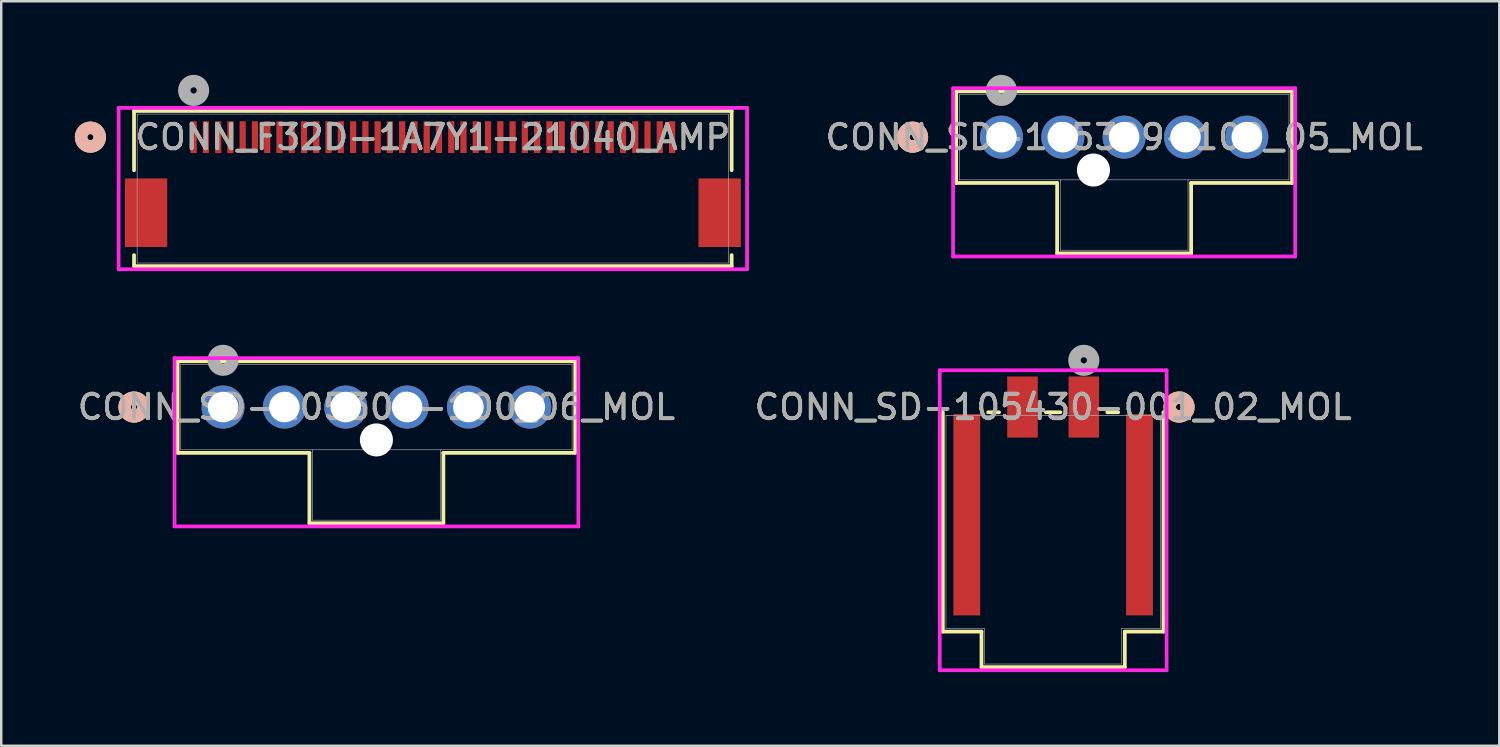
<source format=kicad_pcb>
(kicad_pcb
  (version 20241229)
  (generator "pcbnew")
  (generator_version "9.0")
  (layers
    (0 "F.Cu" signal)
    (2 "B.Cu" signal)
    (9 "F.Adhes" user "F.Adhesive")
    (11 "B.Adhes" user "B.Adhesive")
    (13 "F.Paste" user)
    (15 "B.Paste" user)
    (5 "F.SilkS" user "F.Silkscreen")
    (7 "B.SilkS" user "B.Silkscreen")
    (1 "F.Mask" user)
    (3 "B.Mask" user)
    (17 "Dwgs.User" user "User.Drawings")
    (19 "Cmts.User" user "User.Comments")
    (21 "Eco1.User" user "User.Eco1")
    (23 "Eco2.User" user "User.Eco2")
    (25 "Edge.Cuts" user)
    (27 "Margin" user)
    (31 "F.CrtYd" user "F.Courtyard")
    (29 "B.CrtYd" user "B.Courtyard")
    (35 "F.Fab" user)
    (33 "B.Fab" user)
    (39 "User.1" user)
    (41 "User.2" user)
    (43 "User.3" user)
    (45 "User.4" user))
  (footprint "CONN_F32D-1A7Y1-21040_AMP"
    (layer "F.Cu")
    (at 14.592 4.635)
    (property "Reference" "CONN_F32D-1A7Y1-21040_AMP" (at 0 -2.095 0) (unlocked yes) (layer "F.SilkS") (effects (font (size 1 1) (thickness 0.15))))
    (attr smd)
    (fp_line (start -12.179 -3.162) (end -12.179 -0.745) (stroke (width 0.152) (type solid)) (layer "F.SilkS"))
    (fp_line (start -12.179 2.714) (end -12.179 3.162) (stroke (width 0.152) (type solid)) (layer "F.SilkS"))
    (fp_line (start -12.179 3.162) (end 12.179 3.162) (stroke (width 0.152) (type solid)) (layer "F.SilkS"))
    (fp_line (start 12.179 -3.162) (end -12.179 -3.162) (stroke (width 0.152) (type solid)) (layer "F.SilkS"))
    (fp_line (start 12.179 -0.745) (end 12.179 -3.162) (stroke (width 0.152) (type solid)) (layer "F.SilkS"))
    (fp_line (start 12.179 3.162) (end 12.179 2.714) (stroke (width 0.152) (type solid)) (layer "F.SilkS"))
    (fp_circle (center -13.957 -2.095) (end -13.576 -2.095) (stroke (width 0.508) (type solid)) (fill no) (layer "F.SilkS"))
    (fp_circle (center -13.957 -2.095) (end -13.576 -2.095) (stroke (width 0.508) (type solid)) (fill no) (layer "B.SilkS"))
    (fp_line (start -12.808 -3.289) (end -12.808 3.289) (stroke (width 0.152) (type solid)) (layer "F.CrtYd"))
    (fp_line (start -12.808 3.289) (end 12.808 3.289) (stroke (width 0.152) (type solid)) (layer "F.CrtYd"))
    (fp_line (start 12.808 -3.289) (end -12.808 -3.289) (stroke (width 0.152) (type solid)) (layer "F.CrtYd"))
    (fp_line (start 12.808 3.289) (end 12.808 -3.289) (stroke (width 0.152) (type solid)) (layer "F.CrtYd"))
    (fp_line (start -12.052 -3.035) (end -12.052 3.035) (stroke (width 0.025) (type solid)) (layer "F.Fab"))
    (fp_line (start -12.052 3.035) (end 12.052 3.035) (stroke (width 0.025) (type solid)) (layer "F.Fab"))
    (fp_line (start 12.052 -3.035) (end -12.052 -3.035) (stroke (width 0.025) (type solid)) (layer "F.Fab"))
    (fp_line (start 12.052 3.035) (end 12.052 -3.035) (stroke (width 0.025) (type solid)) (layer "F.Fab"))
    (fp_circle (center -9.75 -4) (end -9.369 -4) (stroke (width 0.508) (type solid)) (fill no) (layer "F.Fab"))
    (fp_text user "${REFERENCE}" (at 0 -2.095 0) (unlocked yes) (layer "F.Fab") (effects (font (size 1 1) (thickness 0.15))))
    (pad "1" smd rect (at -9.75 -2.095) (size 0.254 1.295) (layers "F.Cu" "F.Mask" "F.Paste"))
    (pad "2" smd rect (at -9.25 -2.095) (size 0.254 1.295) (layers "F.Cu" "F.Mask" "F.Paste"))
    (pad "3" smd rect (at -8.75 -2.095) (size 0.254 1.295) (layers "F.Cu" "F.Mask" "F.Paste"))
    (pad "4" smd rect (at -8.25 -2.095) (size 0.254 1.295) (layers "F.Cu" "F.Mask" "F.Paste"))
    (pad "5" smd rect (at -7.75 -2.095) (size 0.254 1.295) (layers "F.Cu" "F.Mask" "F.Paste"))
    (pad "6" smd rect (at -7.25 -2.095) (size 0.254 1.295) (layers "F.Cu" "F.Mask" "F.Paste"))
    (pad "7" smd rect (at -6.75 -2.095) (size 0.254 1.295) (layers "F.Cu" "F.Mask" "F.Paste"))
    (pad "8" smd rect (at -6.25 -2.095) (size 0.254 1.295) (layers "F.Cu" "F.Mask" "F.Paste"))
    (pad "9" smd rect (at -5.75 -2.095) (size 0.254 1.295) (layers "F.Cu" "F.Mask" "F.Paste"))
    (pad "10" smd rect (at -5.25 -2.095) (size 0.254 1.295) (layers "F.Cu" "F.Mask" "F.Paste"))
    (pad "11" smd rect (at -4.75 -2.095) (size 0.254 1.295) (layers "F.Cu" "F.Mask" "F.Paste"))
    (pad "12" smd rect (at -4.25 -2.095) (size 0.254 1.295) (layers "F.Cu" "F.Mask" "F.Paste"))
    (pad "13" smd rect (at -3.75 -2.095) (size 0.254 1.295) (layers "F.Cu" "F.Mask" "F.Paste"))
    (pad "14" smd rect (at -3.25 -2.095) (size 0.254 1.295) (layers "F.Cu" "F.Mask" "F.Paste"))
    (pad "15" smd rect (at -2.75 -2.095) (size 0.254 1.295) (layers "F.Cu" "F.Mask" "F.Paste"))
    (pad "16" smd rect (at -2.25 -2.095) (size 0.254 1.295) (layers "F.Cu" "F.Mask" "F.Paste"))
    (pad "17" smd rect (at -1.75 -2.095) (size 0.254 1.295) (layers "F.Cu" "F.Mask" "F.Paste"))
    (pad "18" smd rect (at -1.25 -2.095) (size 0.254 1.295) (layers "F.Cu" "F.Mask" "F.Paste"))
    (pad "19" smd rect (at -0.75 -2.095) (size 0.254 1.295) (layers "F.Cu" "F.Mask" "F.Paste"))
    (pad "20" smd rect (at -0.25 -2.095) (size 0.254 1.295) (layers "F.Cu" "F.Mask" "F.Paste"))
    (pad "21" smd rect (at 0.25 -2.095) (size 0.254 1.295) (layers "F.Cu" "F.Mask" "F.Paste"))
    (pad "22" smd rect (at 0.75 -2.095) (size 0.254 1.295) (layers "F.Cu" "F.Mask" "F.Paste"))
    (pad "23" smd rect (at 1.25 -2.095) (size 0.254 1.295) (layers "F.Cu" "F.Mask" "F.Paste"))
    (pad "24" smd rect (at 1.75 -2.095) (size 0.254 1.295) (layers "F.Cu" "F.Mask" "F.Paste"))
    (pad "25" smd rect (at 2.25 -2.095) (size 0.254 1.295) (layers "F.Cu" "F.Mask" "F.Paste"))
    (pad "26" smd rect (at 2.75 -2.095) (size 0.254 1.295) (layers "F.Cu" "F.Mask" "F.Paste"))
    (pad "27" smd rect (at 3.25 -2.095) (size 0.254 1.295) (layers "F.Cu" "F.Mask" "F.Paste"))
    (pad "28" smd rect (at 3.75 -2.095) (size 0.254 1.295) (layers "F.Cu" "F.Mask" "F.Paste"))
    (pad "29" smd rect (at 4.25 -2.095) (size 0.254 1.295) (layers "F.Cu" "F.Mask" "F.Paste"))
    (pad "30" smd rect (at 4.75 -2.095) (size 0.254 1.295) (layers "F.Cu" "F.Mask" "F.Paste"))
    (pad "31" smd rect (at 5.25 -2.095) (size 0.254 1.295) (layers "F.Cu" "F.Mask" "F.Paste"))
    (pad "32" smd rect (at 5.75 -2.095) (size 0.254 1.295) (layers "F.Cu" "F.Mask" "F.Paste"))
    (pad "33" smd rect (at 6.25 -2.095) (size 0.254 1.295) (layers "F.Cu" "F.Mask" "F.Paste"))
    (pad "34" smd rect (at 6.75 -2.095) (size 0.254 1.295) (layers "F.Cu" "F.Mask" "F.Paste"))
    (pad "35" smd rect (at 7.25 -2.095) (size 0.254 1.295) (layers "F.Cu" "F.Mask" "F.Paste"))
    (pad "36" smd rect (at 7.75 -2.095) (size 0.254 1.295) (layers "F.Cu" "F.Mask" "F.Paste"))
    (pad "37" smd rect (at 8.25 -2.095) (size 0.254 1.295) (layers "F.Cu" "F.Mask" "F.Paste"))
    (pad "38" smd rect (at 8.75 -2.095) (size 0.254 1.295) (layers "F.Cu" "F.Mask" "F.Paste"))
    (pad "39" smd rect (at 9.25 -2.095) (size 0.254 1.295) (layers "F.Cu" "F.Mask" "F.Paste"))
    (pad "40" smd rect (at 9.75 -2.095) (size 0.254 1.295) (layers "F.Cu" "F.Mask" "F.Paste"))
    (pad "41" smd rect (at -11.69 0.985) (size 1.727 2.794) (layers "F.Cu" "F.Mask" "F.Paste"))
    (pad "42" smd rect (at 11.69 0.985) (size 1.727 2.794) (layers "F.Cu" "F.Mask" "F.Paste")))
  (footprint "CONN_SD-105430-001_02_MOL"
    (layer "F.Cu")
    (at 39.875 18.224)
    (property "Reference" "CONN_SD-105430-001_02_MOL" (at 0 -4.683 0) (unlocked yes) (layer "F.SilkS") (effects (font (size 1 1) (thickness 0.15))))
    (attr smd)
    (fp_line (start -4.496 -4.47) (end -4.496 4.47) (stroke (width 0.152) (type solid)) (layer "F.SilkS"))
    (fp_line (start -4.496 4.47) (end -2.921 4.47) (stroke (width 0.152) (type solid)) (layer "F.SilkS"))
    (fp_line (start -2.921 4.47) (end -2.921 5.918) (stroke (width 0.152) (type solid)) (layer "F.SilkS"))
    (fp_line (start -2.921 5.918) (end 2.921 5.918) (stroke (width 0.152) (type solid)) (layer "F.SilkS"))
    (fp_line (start -2.205 -4.47) (end -2.65 -4.47) (stroke (width 0.152) (type solid)) (layer "F.SilkS"))
    (fp_line (start 0.295 -4.47) (end -0.295 -4.47) (stroke (width 0.152) (type solid)) (layer "F.SilkS"))
    (fp_line (start 2.65 -4.47) (end 2.205 -4.47) (stroke (width 0.152) (type solid)) (layer "F.SilkS"))
    (fp_line (start 2.921 4.47) (end 4.496 4.47) (stroke (width 0.152) (type solid)) (layer "F.SilkS"))
    (fp_line (start 2.921 5.918) (end 2.921 4.47) (stroke (width 0.152) (type solid)) (layer "F.SilkS"))
    (fp_line (start 4.496 4.47) (end 4.496 -4.47) (stroke (width 0.152) (type solid)) (layer "F.SilkS"))
    (fp_circle (center 5.131 -4.683) (end 5.512 -4.683) (stroke (width 0.508) (type solid)) (fill no) (layer "F.SilkS"))
    (fp_circle (center 5.131 -4.683) (end 5.512 -4.683) (stroke (width 0.508) (type solid)) (fill no) (layer "B.SilkS"))
    (fp_line (start -4.623 -6.182) (end -4.623 6.045) (stroke (width 0.152) (type solid)) (layer "F.CrtYd"))
    (fp_line (start -4.623 6.045) (end 4.623 6.045) (stroke (width 0.152) (type solid)) (layer "F.CrtYd"))
    (fp_line (start 4.623 -6.182) (end -4.623 -6.182) (stroke (width 0.152) (type solid)) (layer "F.CrtYd"))
    (fp_line (start 4.623 6.045) (end 4.623 -6.182) (stroke (width 0.152) (type solid)) (layer "F.CrtYd"))
    (fp_line (start -4.369 -4.343) (end -4.369 4.343) (stroke (width 0.025) (type solid)) (layer "F.Fab"))
    (fp_line (start -4.369 4.343) (end -2.794 4.343) (stroke (width 0.025) (type solid)) (layer "F.Fab"))
    (fp_line (start -2.794 4.343) (end -2.794 5.791) (stroke (width 0.025) (type solid)) (layer "F.Fab"))
    (fp_line (start -2.794 5.791) (end 2.794 5.791) (stroke (width 0.025) (type solid)) (layer "F.Fab"))
    (fp_line (start 2.794 4.343) (end 4.369 4.343) (stroke (width 0.025) (type solid)) (layer "F.Fab"))
    (fp_line (start 2.794 5.791) (end 2.794 4.343) (stroke (width 0.025) (type solid)) (layer "F.Fab"))
    (fp_line (start 4.369 -4.343) (end -4.369 -4.343) (stroke (width 0.025) (type solid)) (layer "F.Fab"))
    (fp_line (start 4.369 4.343) (end 4.369 -4.343) (stroke (width 0.025) (type solid)) (layer "F.Fab"))
    (fp_circle (center 1.25 -6.588) (end 1.631 -6.588) (stroke (width 0.508) (type solid)) (fill no) (layer "F.Fab"))
    (fp_text user "${REFERENCE}" (at 0 -4.683 0) (unlocked yes) (layer "F.Fab") (effects (font (size 1 1) (thickness 0.15))))
    (pad "1" smd rect (at 1.25 -4.683) (size 1.245 2.489) (layers "F.Cu" "F.Mask" "F.Paste"))
    (pad "2" smd rect (at -1.25 -4.683) (size 1.245 2.489) (layers "F.Cu" "F.Mask" "F.Paste"))
    (pad "3" smd rect (at -3.52 -0.293) (size 1.092 8.204) (layers "F.Cu" "F.Mask" "F.Paste"))
    (pad "4" smd rect (at 3.52 -0.293) (size 1.092 8.204) (layers "F.Cu" "F.Mask" "F.Paste")))
  (footprint "CONN_SD-105309-100_06_MOL"
    (layer "F.Cu")
    (at 6.042 13.541)
    (property "Reference" "CONN_SD-105309-100_06_MOL" (at 6.25 0 0) (unlocked yes) (layer "F.SilkS") (effects (font (size 1 1) (thickness 0.15))))
    (attr through_hole)
    (fp_line (start -1.853 -1.867) (end -1.853 1.867) (stroke (width 0.152) (type solid)) (layer "F.SilkS"))
    (fp_line (start -1.853 1.867) (end 3.519 1.867) (stroke (width 0.152) (type solid)) (layer "F.SilkS"))
    (fp_line (start 3.519 1.867) (end 3.519 4.737) (stroke (width 0.152) (type solid)) (layer "F.SilkS"))
    (fp_line (start 3.519 4.737) (end 8.98 4.737) (stroke (width 0.152) (type solid)) (layer "F.SilkS"))
    (fp_line (start 8.98 1.867) (end 14.353 1.867) (stroke (width 0.152) (type solid)) (layer "F.SilkS"))
    (fp_line (start 8.98 4.737) (end 8.98 1.867) (stroke (width 0.152) (type solid)) (layer "F.SilkS"))
    (fp_line (start 14.353 -1.867) (end -1.853 -1.867) (stroke (width 0.152) (type solid)) (layer "F.SilkS"))
    (fp_line (start 14.353 1.867) (end 14.353 -1.867) (stroke (width 0.152) (type solid)) (layer "F.SilkS"))
    (fp_circle (center -3.631 0) (end -3.25 0) (stroke (width 0.508) (type solid)) (fill no) (layer "F.SilkS"))
    (fp_circle (center -3.631 0) (end -3.25 0) (stroke (width 0.508) (type solid)) (fill no) (layer "B.SilkS"))
    (fp_line (start -1.98 -1.994) (end -1.98 4.864) (stroke (width 0.152) (type solid)) (layer "F.CrtYd"))
    (fp_line (start -1.98 4.864) (end 14.48 4.864) (stroke (width 0.152) (type solid)) (layer "F.CrtYd"))
    (fp_line (start 14.48 -1.994) (end -1.98 -1.994) (stroke (width 0.152) (type solid)) (layer "F.CrtYd"))
    (fp_line (start 14.48 4.864) (end 14.48 -1.994) (stroke (width 0.152) (type solid)) (layer "F.CrtYd"))
    (fp_line (start -1.726 -1.74) (end -1.726 1.74) (stroke (width 0.025) (type solid)) (layer "F.Fab"))
    (fp_line (start -1.726 1.74) (end 14.226 1.74) (stroke (width 0.025) (type solid)) (layer "F.Fab"))
    (fp_line (start 3.647 1.74) (end 3.647 4.61) (stroke (width 0.025) (type solid)) (layer "F.Fab"))
    (fp_line (start 3.647 4.61) (end 8.854 4.61) (stroke (width 0.025) (type solid)) (layer "F.Fab"))
    (fp_line (start 8.854 4.61) (end 8.854 1.74) (stroke (width 0.025) (type solid)) (layer "F.Fab"))
    (fp_line (start 14.226 -1.74) (end -1.726 -1.74) (stroke (width 0.025) (type solid)) (layer "F.Fab"))
    (fp_line (start 14.226 1.74) (end 14.226 -1.74) (stroke (width 0.025) (type solid)) (layer "F.Fab"))
    (fp_circle (center 0 -1.905) (end 0.381 -1.905) (stroke (width 0.508) (type solid)) (fill no) (layer "F.Fab"))
    (fp_text user "${REFERENCE}" (at 6.25 0 0) (unlocked yes) (layer "F.Fab") (effects (font (size 1 1) (thickness 0.15))))
    (pad "" np_thru_hole circle (at 6.25 1.34) (size 1.346 1.346) (drill 1.346) (layers "*.Cu" "*.Mask"))
    (pad "1" thru_hole circle (at 0 0) (size 1.753 1.753) (drill 1.245) (layers "*.Cu" "*.Mask"))
    (pad "2" thru_hole circle (at 2.5 0) (size 1.753 1.753) (drill 1.245) (layers "*.Cu" "*.Mask"))
    (pad "3" thru_hole circle (at 5 0) (size 1.753 1.753) (drill 1.245) (layers "*.Cu" "*.Mask"))
    (pad "4" thru_hole circle (at 7.5 0) (size 1.753 1.753) (drill 1.245) (layers "*.Cu" "*.Mask"))
    (pad "5" thru_hole circle (at 10 0) (size 1.753 1.753) (drill 1.245) (layers "*.Cu" "*.Mask"))
    (pad "6" thru_hole circle (at 12.5 0) (size 1.753 1.753) (drill 1.245) (layers "*.Cu" "*.Mask")))
  (footprint "CONN_SD-105309-100_05_MOL"
    (layer "F.Cu")
    (at 37.768 2.54)
    (property "Reference" "CONN_SD-105309-100_05_MOL" (at 5 0 0) (unlocked yes) (layer "F.SilkS") (effects (font (size 1 1) (thickness 0.15))))
    (attr through_hole)
    (fp_line (start -1.845 -1.867) (end -1.845 1.867) (stroke (width 0.152) (type solid)) (layer "F.SilkS"))
    (fp_line (start -1.845 1.867) (end 2.269 1.867) (stroke (width 0.152) (type solid)) (layer "F.SilkS"))
    (fp_line (start 2.269 1.867) (end 2.269 4.737) (stroke (width 0.152) (type solid)) (layer "F.SilkS"))
    (fp_line (start 2.269 4.737) (end 7.731 4.737) (stroke (width 0.152) (type solid)) (layer "F.SilkS"))
    (fp_line (start 7.731 1.867) (end 11.845 1.867) (stroke (width 0.152) (type solid)) (layer "F.SilkS"))
    (fp_line (start 7.731 4.737) (end 7.731 1.867) (stroke (width 0.152) (type solid)) (layer "F.SilkS"))
    (fp_line (start 11.845 -1.867) (end -1.845 -1.867) (stroke (width 0.152) (type solid)) (layer "F.SilkS"))
    (fp_line (start 11.845 1.867) (end 11.845 -1.867) (stroke (width 0.152) (type solid)) (layer "F.SilkS"))
    (fp_circle (center -3.623 0) (end -3.242 0) (stroke (width 0.508) (type solid)) (fill no) (layer "F.SilkS"))
    (fp_circle (center -3.623 0) (end -3.242 0) (stroke (width 0.508) (type solid)) (fill no) (layer "B.SilkS"))
    (fp_line (start -1.972 -1.994) (end -1.972 4.864) (stroke (width 0.152) (type solid)) (layer "F.CrtYd"))
    (fp_line (start -1.972 4.864) (end 11.972 4.864) (stroke (width 0.152) (type solid)) (layer "F.CrtYd"))
    (fp_line (start 11.972 -1.994) (end -1.972 -1.994) (stroke (width 0.152) (type solid)) (layer "F.CrtYd"))
    (fp_line (start 11.972 4.864) (end 11.972 -1.994) (stroke (width 0.152) (type solid)) (layer "F.CrtYd"))
    (fp_line (start -1.718 -1.74) (end -1.718 1.74) (stroke (width 0.025) (type solid)) (layer "F.Fab"))
    (fp_line (start -1.718 1.74) (end 11.718 1.74) (stroke (width 0.025) (type solid)) (layer "F.Fab"))
    (fp_line (start 2.397 1.74) (end 2.397 4.61) (stroke (width 0.025) (type solid)) (layer "F.Fab"))
    (fp_line (start 2.397 4.61) (end 7.604 4.61) (stroke (width 0.025) (type solid)) (layer "F.Fab"))
    (fp_line (start 7.604 4.61) (end 7.604 1.74) (stroke (width 0.025) (type solid)) (layer "F.Fab"))
    (fp_line (start 11.718 -1.74) (end -1.718 -1.74) (stroke (width 0.025) (type solid)) (layer "F.Fab"))
    (fp_line (start 11.718 1.74) (end 11.718 -1.74) (stroke (width 0.025) (type solid)) (layer "F.Fab"))
    (fp_circle (center 0 -1.905) (end 0.381 -1.905) (stroke (width 0.508) (type solid)) (fill no) (layer "F.Fab"))
    (fp_text user "${REFERENCE}" (at 5 0 0) (unlocked yes) (layer "F.Fab") (effects (font (size 1 1) (thickness 0.15))))
    (pad "" np_thru_hole circle (at 3.75 1.34) (size 1.346 1.346) (drill 1.346) (layers "*.Cu" "*.Mask"))
    (pad "1" thru_hole circle (at 0 0) (size 1.753 1.753) (drill 1.245) (layers "*.Cu" "*.Mask"))
    (pad "2" thru_hole circle (at 2.5 0) (size 1.753 1.753) (drill 1.245) (layers "*.Cu" "*.Mask"))
    (pad "3" thru_hole circle (at 5 0) (size 1.753 1.753) (drill 1.245) (layers "*.Cu" "*.Mask"))
    (pad "4" thru_hole circle (at 7.5 0) (size 1.753 1.753) (drill 1.245) (layers "*.Cu" "*.Mask"))
    (pad "5" thru_hole circle (at 10 0) (size 1.753 1.753) (drill 1.245) (layers "*.Cu" "*.Mask")))
  (gr_rect
    (start -3 -3)
    (end 58.059 27.346)
    (stroke (width 0.1) (type default))
    (fill no)
    (layer "Edge.Cuts")))
</source>
